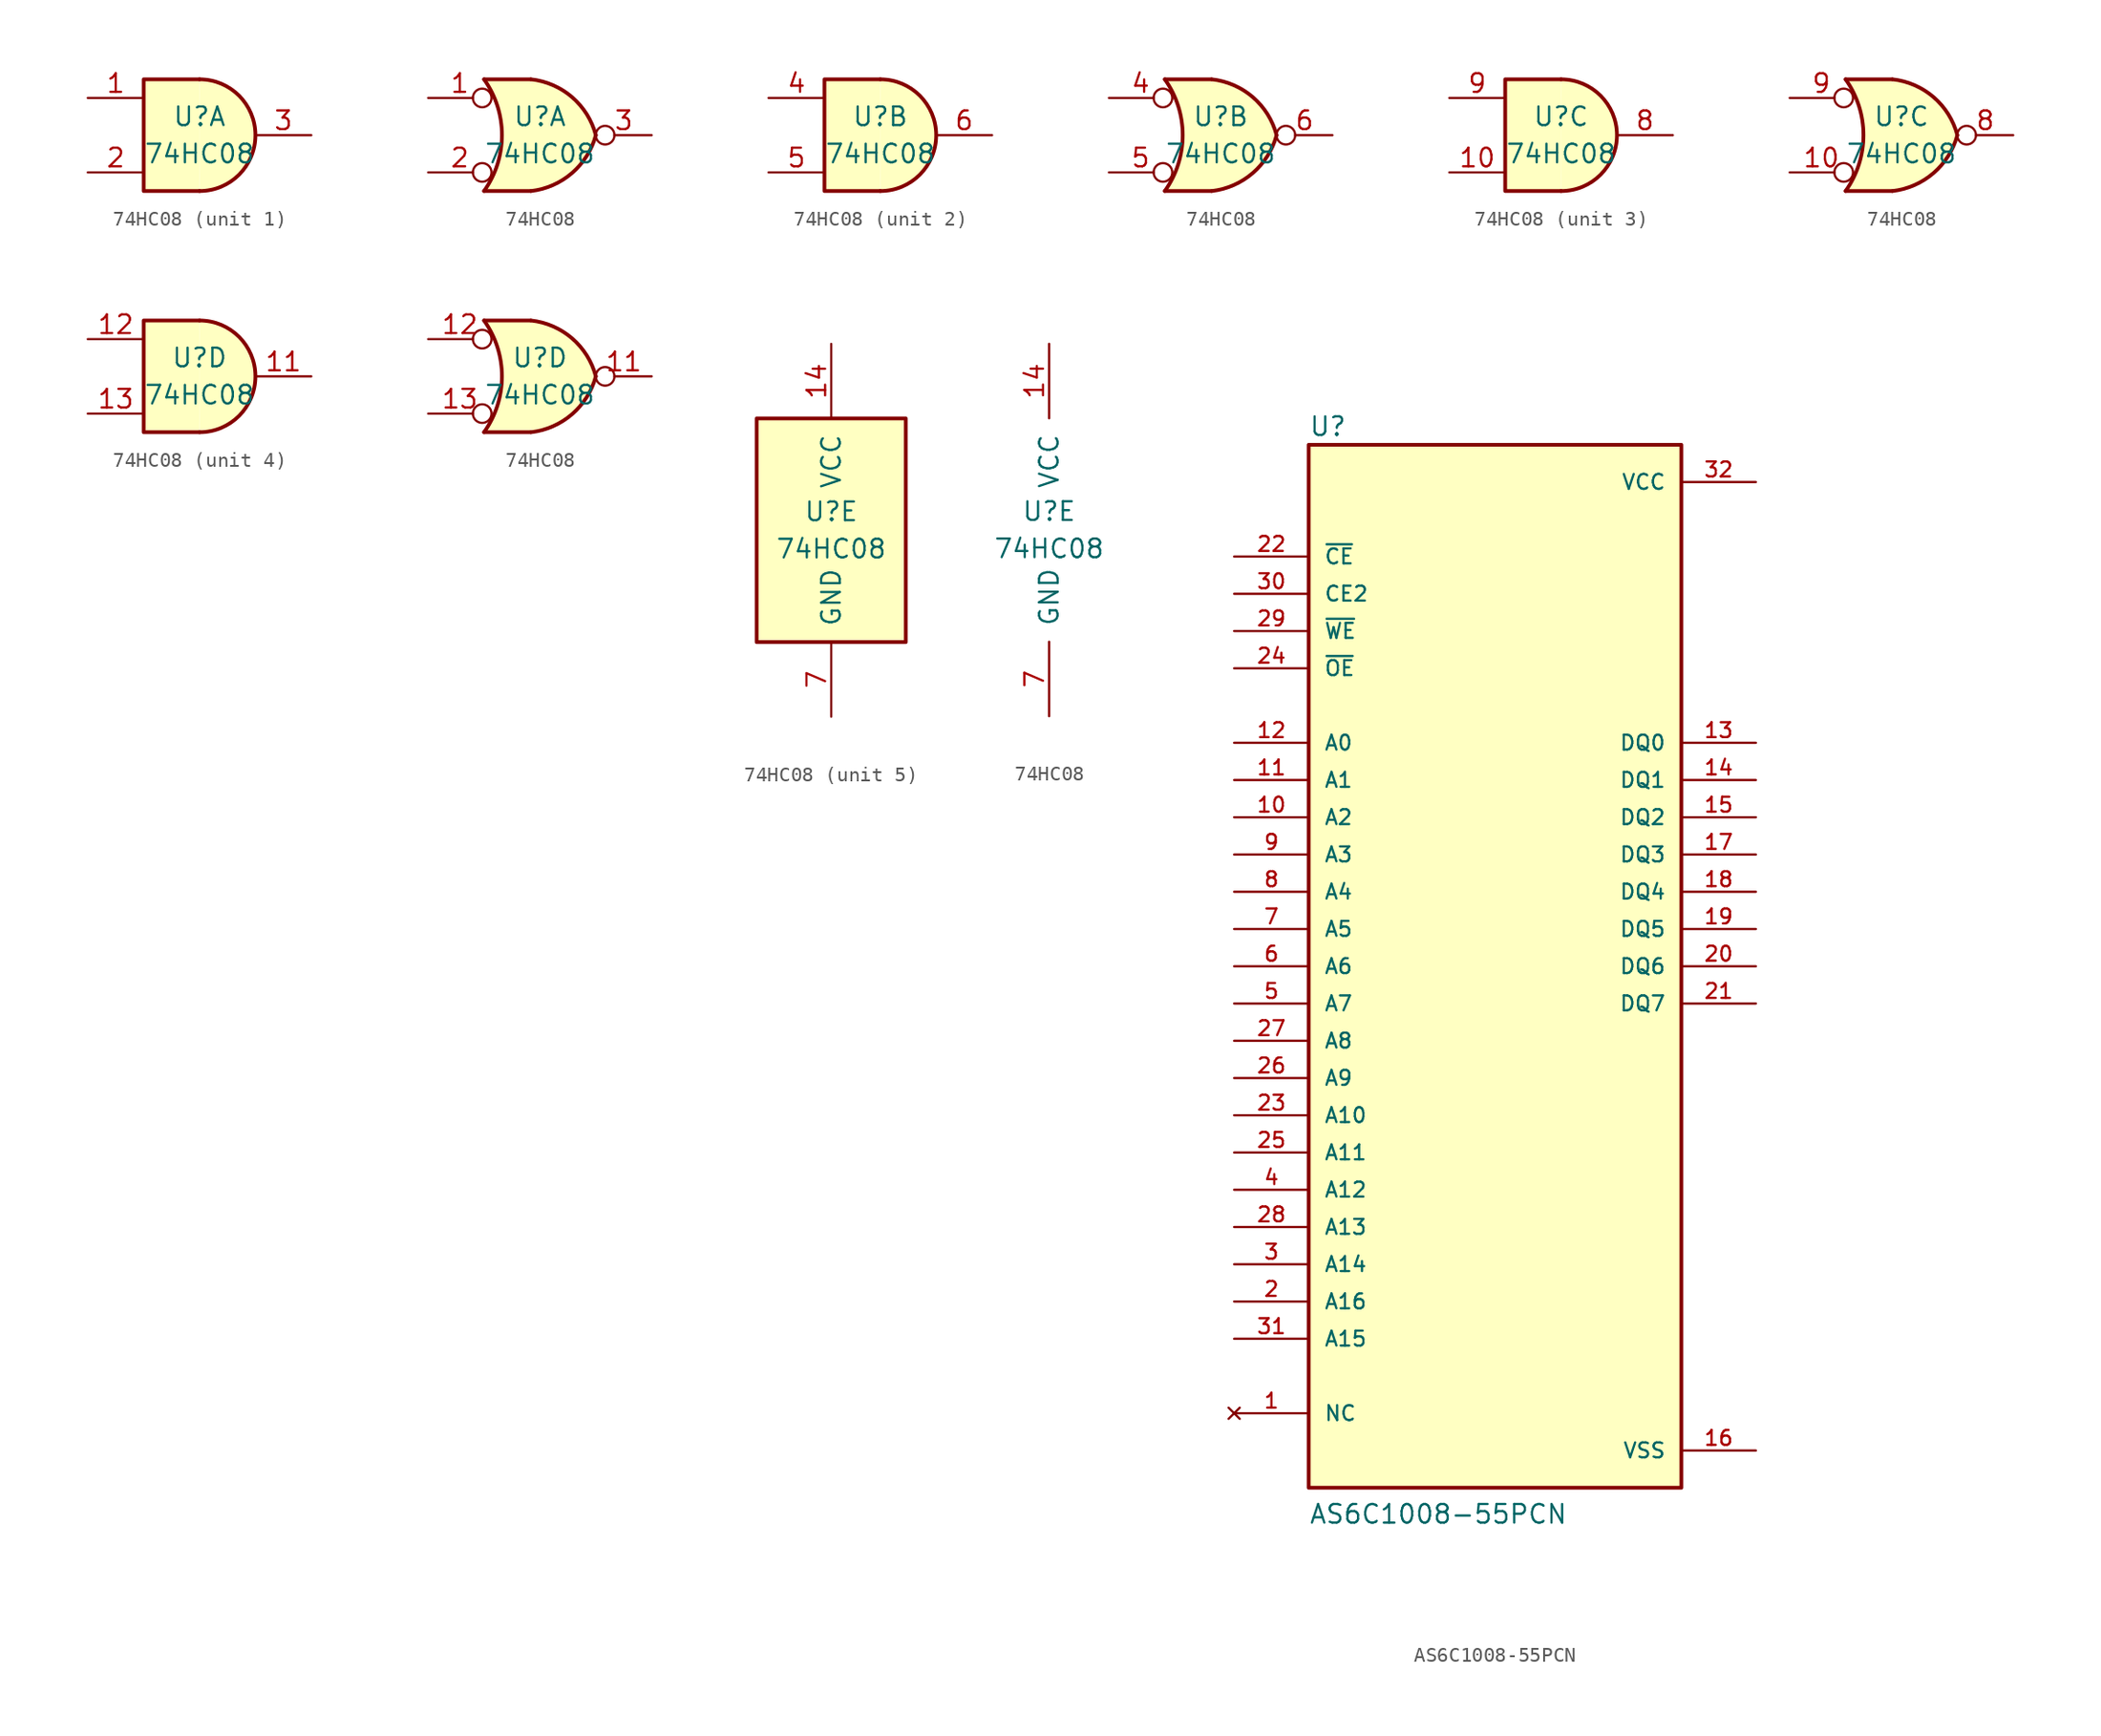
<source format=kicad_sym>
(kicad_symbol_lib
  (version 20220914)
  (generator kicad_symbol_editor)
  (symbol "74HC08"
    (pin_names
      (offset 1.016))
    (property "Reference" "U"
      (at 0 1.27 0)
      (effects (font (size 1.27 1.27))))
    (property "Value" "74HC08"
      (at 0 -1.27 0)
      (effects (font (size 1.27 1.27))))
    (property "ki_locked" ""
      (at 0 0 0)
      (effects (font (size 1.27 1.27))))
    (symbol "74HC08_1_1"
      (arc (start 0 -3.81) (mid 3.7934 0) (end 0 3.81) (stroke (width 0.254) (type default)) (fill (type background)))
      (polyline (pts (xy 0 3.81) (xy -3.81 3.81) (xy -3.81 -3.81) (xy 0 -3.81)) (stroke (width 0.254) (type default)) (fill (type background)))
      (pin input line (at -7.62 2.54 0) (length 3.81) (name "~" (effects (font (size 1.27 1.27)))) (number "1" (effects (font (size 1.27 1.27)))))
      (pin input line (at -7.62 -2.54 0) (length 3.81) (name "~" (effects (font (size 1.27 1.27)))) (number "2" (effects (font (size 1.27 1.27)))))
      (pin output line (at 7.62 0 180) (length 3.81) (name "~" (effects (font (size 1.27 1.27)))) (number "3" (effects (font (size 1.27 1.27))))))
    (symbol "74HC08_1_2"
      (arc (start -3.81 -3.81) (mid -2.589 0) (end -3.81 3.81) (stroke (width 0.254) (type default)) (fill (type none)))
      (arc (start -0.6096 -3.81) (mid 2.1855 -2.584) (end 3.81 0) (stroke (width 0.254) (type default)) (fill (type background)))
      (polyline (pts (xy -3.81 -3.81) (xy -0.635 -3.81)) (stroke (width 0.254) (type default)) (fill (type background)))
      (polyline (pts (xy -3.81 3.81) (xy -0.635 3.81)) (stroke (width 0.254) (type default)) (fill (type background)))
      (polyline (pts (xy -0.635 3.81) (xy -3.81 3.81) (xy -3.81 3.81) (xy -3.556 3.404) (xy -3.023 2.261) (xy -2.692 1.041) (xy -2.616 -0.254) (xy -2.769 -1.499) (xy -3.175 -2.718) (xy -3.81 -3.81) (xy -3.81 -3.81) (xy -0.635 -3.81)) (stroke (width -25.4) (type default)) (fill (type background)))
      (arc (start 3.81 0) (mid 2.1928 2.5925) (end -0.6096 3.81) (stroke (width 0.254) (type default)) (fill (type background)))
      (pin input inverted (at -7.62 2.54 0) (length 4.318) (name "~" (effects (font (size 1.27 1.27)))) (number "1" (effects (font (size 1.27 1.27)))))
      (pin input inverted (at -7.62 -2.54 0) (length 4.318) (name "~" (effects (font (size 1.27 1.27)))) (number "2" (effects (font (size 1.27 1.27)))))
      (pin output inverted (at 7.62 0 180) (length 3.81) (name "~" (effects (font (size 1.27 1.27)))) (number "3" (effects (font (size 1.27 1.27))))))
    (symbol "74HC08_2_1"
      (arc (start 0 -3.81) (mid 3.7934 0) (end 0 3.81) (stroke (width 0.254) (type default)) (fill (type background)))
      (polyline (pts (xy 0 3.81) (xy -3.81 3.81) (xy -3.81 -3.81) (xy 0 -3.81)) (stroke (width 0.254) (type default)) (fill (type background)))
      (pin input line (at -7.62 2.54 0) (length 3.81) (name "~" (effects (font (size 1.27 1.27)))) (number "4" (effects (font (size 1.27 1.27)))))
      (pin input line (at -7.62 -2.54 0) (length 3.81) (name "~" (effects (font (size 1.27 1.27)))) (number "5" (effects (font (size 1.27 1.27)))))
      (pin output line (at 7.62 0 180) (length 3.81) (name "~" (effects (font (size 1.27 1.27)))) (number "6" (effects (font (size 1.27 1.27))))))
    (symbol "74HC08_2_2"
      (arc (start -3.81 -3.81) (mid -2.589 0) (end -3.81 3.81) (stroke (width 0.254) (type default)) (fill (type none)))
      (arc (start -0.6096 -3.81) (mid 2.1855 -2.584) (end 3.81 0) (stroke (width 0.254) (type default)) (fill (type background)))
      (polyline (pts (xy -3.81 -3.81) (xy -0.635 -3.81)) (stroke (width 0.254) (type default)) (fill (type background)))
      (polyline (pts (xy -3.81 3.81) (xy -0.635 3.81)) (stroke (width 0.254) (type default)) (fill (type background)))
      (polyline (pts (xy -0.635 3.81) (xy -3.81 3.81) (xy -3.81 3.81) (xy -3.556 3.404) (xy -3.023 2.261) (xy -2.692 1.041) (xy -2.616 -0.254) (xy -2.769 -1.499) (xy -3.175 -2.718) (xy -3.81 -3.81) (xy -3.81 -3.81) (xy -0.635 -3.81)) (stroke (width -25.4) (type default)) (fill (type background)))
      (arc (start 3.81 0) (mid 2.1928 2.5925) (end -0.6096 3.81) (stroke (width 0.254) (type default)) (fill (type background)))
      (pin input inverted (at -7.62 2.54 0) (length 4.318) (name "~" (effects (font (size 1.27 1.27)))) (number "4" (effects (font (size 1.27 1.27)))))
      (pin input inverted (at -7.62 -2.54 0) (length 4.318) (name "~" (effects (font (size 1.27 1.27)))) (number "5" (effects (font (size 1.27 1.27)))))
      (pin output inverted (at 7.62 0 180) (length 3.81) (name "~" (effects (font (size 1.27 1.27)))) (number "6" (effects (font (size 1.27 1.27))))))
    (symbol "74HC08_3_1"
      (arc (start 0 -3.81) (mid 3.7934 0) (end 0 3.81) (stroke (width 0.254) (type default)) (fill (type background)))
      (polyline (pts (xy 0 3.81) (xy -3.81 3.81) (xy -3.81 -3.81) (xy 0 -3.81)) (stroke (width 0.254) (type default)) (fill (type background)))
      (pin input line (at -7.62 -2.54 0) (length 3.81) (name "~" (effects (font (size 1.27 1.27)))) (number "10" (effects (font (size 1.27 1.27)))))
      (pin output line (at 7.62 0 180) (length 3.81) (name "~" (effects (font (size 1.27 1.27)))) (number "8" (effects (font (size 1.27 1.27)))))
      (pin input line (at -7.62 2.54 0) (length 3.81) (name "~" (effects (font (size 1.27 1.27)))) (number "9" (effects (font (size 1.27 1.27))))))
    (symbol "74HC08_3_2"
      (arc (start -3.81 -3.81) (mid -2.589 0) (end -3.81 3.81) (stroke (width 0.254) (type default)) (fill (type none)))
      (arc (start -0.6096 -3.81) (mid 2.1855 -2.584) (end 3.81 0) (stroke (width 0.254) (type default)) (fill (type background)))
      (polyline (pts (xy -3.81 -3.81) (xy -0.635 -3.81)) (stroke (width 0.254) (type default)) (fill (type background)))
      (polyline (pts (xy -3.81 3.81) (xy -0.635 3.81)) (stroke (width 0.254) (type default)) (fill (type background)))
      (polyline (pts (xy -0.635 3.81) (xy -3.81 3.81) (xy -3.81 3.81) (xy -3.556 3.404) (xy -3.023 2.261) (xy -2.692 1.041) (xy -2.616 -0.254) (xy -2.769 -1.499) (xy -3.175 -2.718) (xy -3.81 -3.81) (xy -3.81 -3.81) (xy -0.635 -3.81)) (stroke (width -25.4) (type default)) (fill (type background)))
      (arc (start 3.81 0) (mid 2.1928 2.5925) (end -0.6096 3.81) (stroke (width 0.254) (type default)) (fill (type background)))
      (pin input inverted (at -7.62 -2.54 0) (length 4.318) (name "~" (effects (font (size 1.27 1.27)))) (number "10" (effects (font (size 1.27 1.27)))))
      (pin output inverted (at 7.62 0 180) (length 3.81) (name "~" (effects (font (size 1.27 1.27)))) (number "8" (effects (font (size 1.27 1.27)))))
      (pin input inverted (at -7.62 2.54 0) (length 4.318) (name "~" (effects (font (size 1.27 1.27)))) (number "9" (effects (font (size 1.27 1.27))))))
    (symbol "74HC08_4_1"
      (arc (start 0 -3.81) (mid 3.7934 0) (end 0 3.81) (stroke (width 0.254) (type default)) (fill (type background)))
      (polyline (pts (xy 0 3.81) (xy -3.81 3.81) (xy -3.81 -3.81) (xy 0 -3.81)) (stroke (width 0.254) (type default)) (fill (type background)))
      (pin output line (at 7.62 0 180) (length 3.81) (name "~" (effects (font (size 1.27 1.27)))) (number "11" (effects (font (size 1.27 1.27)))))
      (pin input line (at -7.62 2.54 0) (length 3.81) (name "~" (effects (font (size 1.27 1.27)))) (number "12" (effects (font (size 1.27 1.27)))))
      (pin input line (at -7.62 -2.54 0) (length 3.81) (name "~" (effects (font (size 1.27 1.27)))) (number "13" (effects (font (size 1.27 1.27))))))
    (symbol "74HC08_4_2"
      (arc (start -3.81 -3.81) (mid -2.589 0) (end -3.81 3.81) (stroke (width 0.254) (type default)) (fill (type none)))
      (arc (start -0.6096 -3.81) (mid 2.1855 -2.584) (end 3.81 0) (stroke (width 0.254) (type default)) (fill (type background)))
      (polyline (pts (xy -3.81 -3.81) (xy -0.635 -3.81)) (stroke (width 0.254) (type default)) (fill (type background)))
      (polyline (pts (xy -3.81 3.81) (xy -0.635 3.81)) (stroke (width 0.254) (type default)) (fill (type background)))
      (polyline (pts (xy -0.635 3.81) (xy -3.81 3.81) (xy -3.81 3.81) (xy -3.556 3.404) (xy -3.023 2.261) (xy -2.692 1.041) (xy -2.616 -0.254) (xy -2.769 -1.499) (xy -3.175 -2.718) (xy -3.81 -3.81) (xy -3.81 -3.81) (xy -0.635 -3.81)) (stroke (width -25.4) (type default)) (fill (type background)))
      (arc (start 3.81 0) (mid 2.1928 2.5925) (end -0.6096 3.81) (stroke (width 0.254) (type default)) (fill (type background)))
      (pin output inverted (at 7.62 0 180) (length 3.81) (name "~" (effects (font (size 1.27 1.27)))) (number "11" (effects (font (size 1.27 1.27)))))
      (pin input inverted (at -7.62 2.54 0) (length 4.318) (name "~" (effects (font (size 1.27 1.27)))) (number "12" (effects (font (size 1.27 1.27)))))
      (pin input inverted (at -7.62 -2.54 0) (length 4.318) (name "~" (effects (font (size 1.27 1.27)))) (number "13" (effects (font (size 1.27 1.27))))))
    (symbol "74HC08_5_0"
      (pin power_in line (at 0 12.7 270) (length 5.08) (name "VCC" (effects (font (size 1.27 1.27)))) (number "14" (effects (font (size 1.27 1.27)))))
      (pin power_in line (at 0 -12.7 90) (length 5.08) (name "GND" (effects (font (size 1.27 1.27)))) (number "7" (effects (font (size 1.27 1.27))))))
    (symbol "74HC08_5_1"
      (rectangle (start -5.08 7.62) (end 5.08 -7.62) (stroke (width 0.254) (type default)) (fill (type background)))))
  (symbol "AS6C1008-55PCN"
    (pin_names
      (offset 1.016))
    (property "Reference" "U"
      (at -12.7 36.068 0)
      (effects (font (size 1.27 1.27)) (justify left bottom)))
    (property "Value" "AS6C1008-55PCN"
      (at -12.7 -38.1 0)
      (effects (font (size 1.27 1.27)) (justify left bottom)))
    (property "ki_locked" ""
      (at 0 0 0)
      (effects (font (size 1.27 1.27))))
    (symbol "AS6C1008-55PCN_0_0"
      (rectangle (start -12.7 -35.56) (end 12.7 35.56) (stroke (width 0.254) (type solid)) (fill (type background)))
      (pin no_connect line (at -17.78 -30.48 0) (length 5.08) (name "NC" (effects (font (size 1.016 1.016)))) (number "1" (effects (font (size 1.016 1.016)))))
      (pin input line (at -17.78 10.16 0) (length 5.08) (name "A2" (effects (font (size 1.016 1.016)))) (number "10" (effects (font (size 1.016 1.016)))))
      (pin input line (at -17.78 12.7 0) (length 5.08) (name "A1" (effects (font (size 1.016 1.016)))) (number "11" (effects (font (size 1.016 1.016)))))
      (pin input line (at -17.78 15.24 0) (length 5.08) (name "A0" (effects (font (size 1.016 1.016)))) (number "12" (effects (font (size 1.016 1.016)))))
      (pin bidirectional line (at 17.78 15.24 180) (length 5.08) (name "DQ0" (effects (font (size 1.016 1.016)))) (number "13" (effects (font (size 1.016 1.016)))))
      (pin bidirectional line (at 17.78 12.7 180) (length 5.08) (name "DQ1" (effects (font (size 1.016 1.016)))) (number "14" (effects (font (size 1.016 1.016)))))
      (pin bidirectional line (at 17.78 10.16 180) (length 5.08) (name "DQ2" (effects (font (size 1.016 1.016)))) (number "15" (effects (font (size 1.016 1.016)))))
      (pin power_in line (at 17.78 -33.02 180) (length 5.08) (name "VSS" (effects (font (size 1.016 1.016)))) (number "16" (effects (font (size 1.016 1.016)))))
      (pin bidirectional line (at 17.78 7.62 180) (length 5.08) (name "DQ3" (effects (font (size 1.016 1.016)))) (number "17" (effects (font (size 1.016 1.016)))))
      (pin bidirectional line (at 17.78 5.08 180) (length 5.08) (name "DQ4" (effects (font (size 1.016 1.016)))) (number "18" (effects (font (size 1.016 1.016)))))
      (pin bidirectional line (at 17.78 2.54 180) (length 5.08) (name "DQ5" (effects (font (size 1.016 1.016)))) (number "19" (effects (font (size 1.016 1.016)))))
      (pin input line (at -17.78 -22.86 0) (length 5.08) (name "A16" (effects (font (size 1.016 1.016)))) (number "2" (effects (font (size 1.016 1.016)))))
      (pin bidirectional line (at 17.78 0 180) (length 5.08) (name "DQ6" (effects (font (size 1.016 1.016)))) (number "20" (effects (font (size 1.016 1.016)))))
      (pin bidirectional line (at 17.78 -2.54 180) (length 5.08) (name "DQ7" (effects (font (size 1.016 1.016)))) (number "21" (effects (font (size 1.016 1.016)))))
      (pin input line (at -17.78 27.94 0) (length 5.08) (name "~{CE}" (effects (font (size 1.016 1.016)))) (number "22" (effects (font (size 1.016 1.016)))))
      (pin input line (at -17.78 -10.16 0) (length 5.08) (name "A10" (effects (font (size 1.016 1.016)))) (number "23" (effects (font (size 1.016 1.016)))))
      (pin input line (at -17.78 20.32 0) (length 5.08) (name "~{OE}" (effects (font (size 1.016 1.016)))) (number "24" (effects (font (size 1.016 1.016)))))
      (pin input line (at -17.78 -12.7 0) (length 5.08) (name "A11" (effects (font (size 1.016 1.016)))) (number "25" (effects (font (size 1.016 1.016)))))
      (pin input line (at -17.78 -7.62 0) (length 5.08) (name "A9" (effects (font (size 1.016 1.016)))) (number "26" (effects (font (size 1.016 1.016)))))
      (pin input line (at -17.78 -5.08 0) (length 5.08) (name "A8" (effects (font (size 1.016 1.016)))) (number "27" (effects (font (size 1.016 1.016)))))
      (pin input line (at -17.78 -17.78 0) (length 5.08) (name "A13" (effects (font (size 1.016 1.016)))) (number "28" (effects (font (size 1.016 1.016)))))
      (pin input line (at -17.78 22.86 0) (length 5.08) (name "~{WE}" (effects (font (size 1.016 1.016)))) (number "29" (effects (font (size 1.016 1.016)))))
      (pin input line (at -17.78 -20.32 0) (length 5.08) (name "A14" (effects (font (size 1.016 1.016)))) (number "3" (effects (font (size 1.016 1.016)))))
      (pin input line (at -17.78 25.4 0) (length 5.08) (name "CE2" (effects (font (size 1.016 1.016)))) (number "30" (effects (font (size 1.016 1.016)))))
      (pin input line (at -17.78 -25.4 0) (length 5.08) (name "A15" (effects (font (size 1.016 1.016)))) (number "31" (effects (font (size 1.016 1.016)))))
      (pin power_in line (at 17.78 33.02 180) (length 5.08) (name "VCC" (effects (font (size 1.016 1.016)))) (number "32" (effects (font (size 1.016 1.016)))))
      (pin input line (at -17.78 -15.24 0) (length 5.08) (name "A12" (effects (font (size 1.016 1.016)))) (number "4" (effects (font (size 1.016 1.016)))))
      (pin input line (at -17.78 -2.54 0) (length 5.08) (name "A7" (effects (font (size 1.016 1.016)))) (number "5" (effects (font (size 1.016 1.016)))))
      (pin input line (at -17.78 0 0) (length 5.08) (name "A6" (effects (font (size 1.016 1.016)))) (number "6" (effects (font (size 1.016 1.016)))))
      (pin input line (at -17.78 2.54 0) (length 5.08) (name "A5" (effects (font (size 1.016 1.016)))) (number "7" (effects (font (size 1.016 1.016)))))
      (pin input line (at -17.78 5.08 0) (length 5.08) (name "A4" (effects (font (size 1.016 1.016)))) (number "8" (effects (font (size 1.016 1.016)))))
      (pin input line (at -17.78 7.62 0) (length 5.08) (name "A3" (effects (font (size 1.016 1.016)))) (number "9" (effects (font (size 1.016 1.016))))))))
</source>
